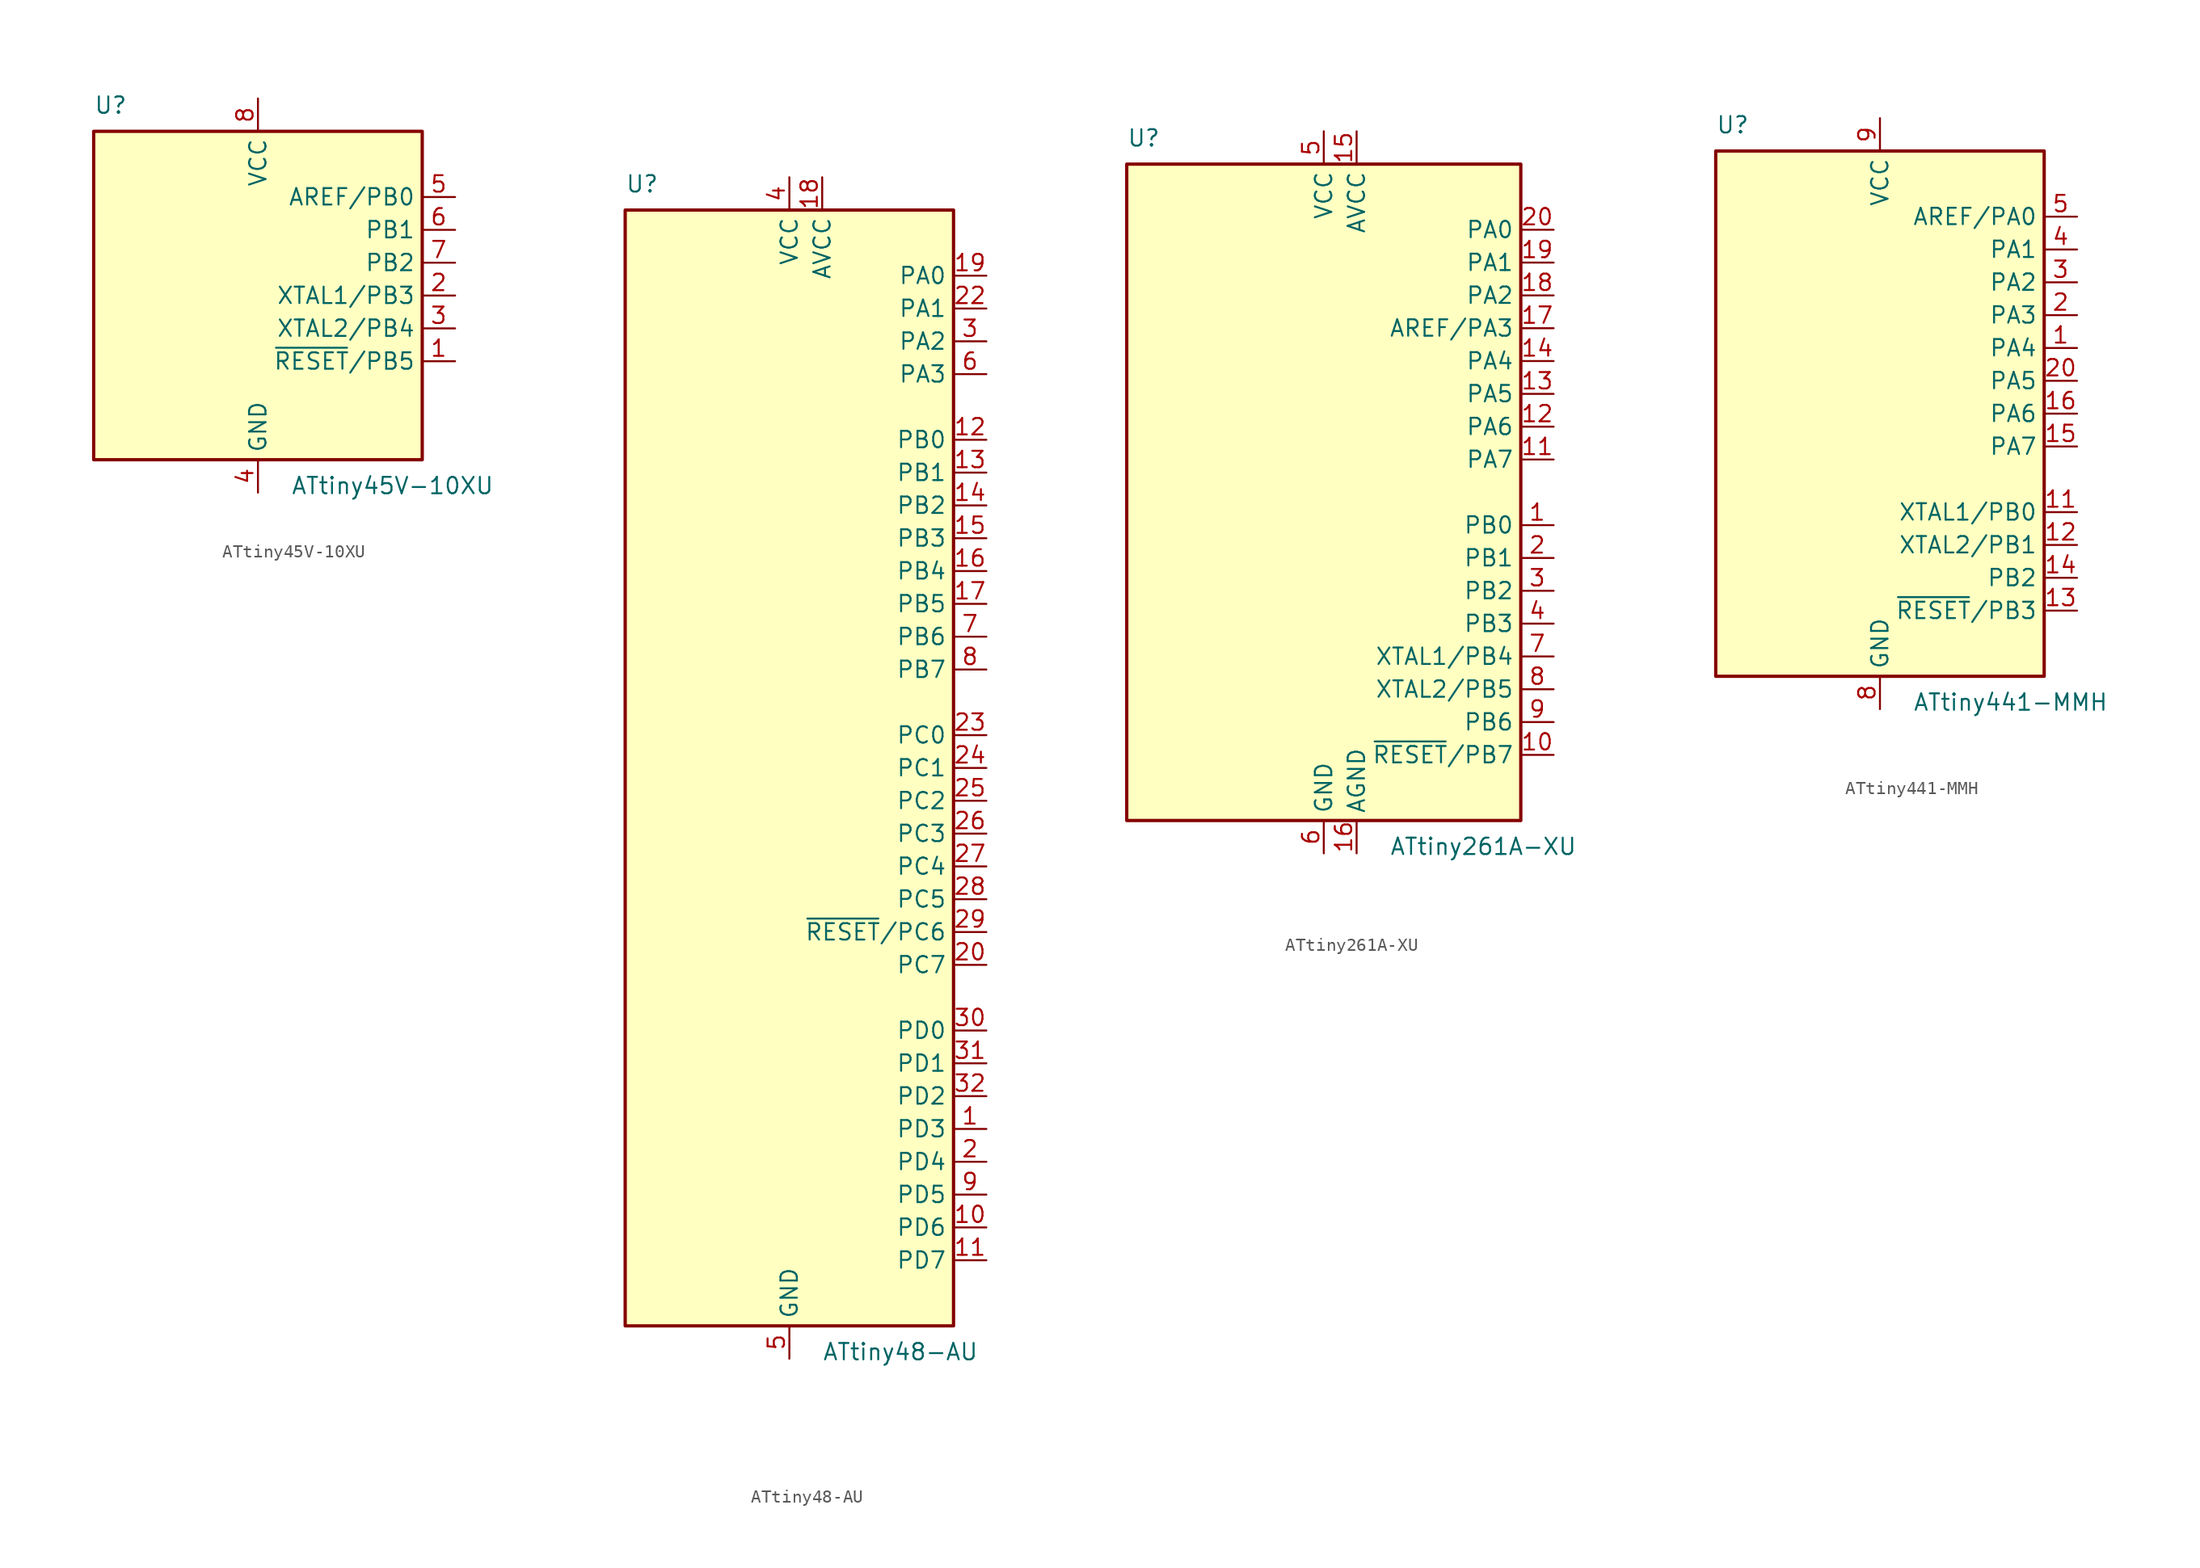
<source format=kicad_sym>
(kicad_symbol_lib
  (version 20211014)
  (generator kicad_symbol_editor)
  (symbol "ATtiny45V-10XU"
    (property "Reference" "U"
      (at -12.7 13.97 0)
      (effects (font (size 1.27 1.27)) (justify left bottom)))
    (property "Value" "ATtiny45V-10XU"
      (at 2.54 -13.97 0)
      (effects (font (size 1.27 1.27)) (justify left top)))
    (symbol "ATtiny45V-10XU_0_1"
      (rectangle (start -12.7 -12.7) (end 12.7 12.7) (stroke (width 0.254) (type default) (color 0 0 0 0)) (fill (type background))))
    (symbol "ATtiny45V-10XU_1_1"
      (pin bidirectional line (at 15.24 -5.08 180) (length 2.54) (name "~{RESET}/PB5" (effects (font (size 1.27 1.27)))) (number "1" (effects (font (size 1.27 1.27)))))
      (pin bidirectional line (at 15.24 0 180) (length 2.54) (name "XTAL1/PB3" (effects (font (size 1.27 1.27)))) (number "2" (effects (font (size 1.27 1.27)))))
      (pin bidirectional line (at 15.24 -2.54 180) (length 2.54) (name "XTAL2/PB4" (effects (font (size 1.27 1.27)))) (number "3" (effects (font (size 1.27 1.27)))))
      (pin power_in line (at 0 -15.24 90) (length 2.54) (name "GND" (effects (font (size 1.27 1.27)))) (number "4" (effects (font (size 1.27 1.27)))))
      (pin bidirectional line (at 15.24 7.62 180) (length 2.54) (name "AREF/PB0" (effects (font (size 1.27 1.27)))) (number "5" (effects (font (size 1.27 1.27)))))
      (pin bidirectional line (at 15.24 5.08 180) (length 2.54) (name "PB1" (effects (font (size 1.27 1.27)))) (number "6" (effects (font (size 1.27 1.27)))))
      (pin bidirectional line (at 15.24 2.54 180) (length 2.54) (name "PB2" (effects (font (size 1.27 1.27)))) (number "7" (effects (font (size 1.27 1.27)))))
      (pin power_in line (at 0 15.24 270) (length 2.54) (name "VCC" (effects (font (size 1.27 1.27)))) (number "8" (effects (font (size 1.27 1.27)))))))
  (symbol "ATtiny48-AU"
    (property "Reference" "U"
      (at -12.7 44.45 0)
      (effects (font (size 1.27 1.27)) (justify left bottom)))
    (property "Value" "ATtiny48-AU"
      (at 2.54 -44.45 0)
      (effects (font (size 1.27 1.27)) (justify left top)))
    (symbol "ATtiny48-AU_0_1"
      (rectangle (start -12.7 -43.18) (end 12.7 43.18) (stroke (width 0.254) (type default) (color 0 0 0 0)) (fill (type background))))
    (symbol "ATtiny48-AU_1_1"
      (pin bidirectional line (at 15.24 -27.94 180) (length 2.54) (name "PD3" (effects (font (size 1.27 1.27)))) (number "1" (effects (font (size 1.27 1.27)))))
      (pin bidirectional line (at 15.24 -35.56 180) (length 2.54) (name "PD6" (effects (font (size 1.27 1.27)))) (number "10" (effects (font (size 1.27 1.27)))))
      (pin bidirectional line (at 15.24 -38.1 180) (length 2.54) (name "PD7" (effects (font (size 1.27 1.27)))) (number "11" (effects (font (size 1.27 1.27)))))
      (pin bidirectional line (at 15.24 25.4 180) (length 2.54) (name "PB0" (effects (font (size 1.27 1.27)))) (number "12" (effects (font (size 1.27 1.27)))))
      (pin bidirectional line (at 15.24 22.86 180) (length 2.54) (name "PB1" (effects (font (size 1.27 1.27)))) (number "13" (effects (font (size 1.27 1.27)))))
      (pin bidirectional line (at 15.24 20.32 180) (length 2.54) (name "PB2" (effects (font (size 1.27 1.27)))) (number "14" (effects (font (size 1.27 1.27)))))
      (pin bidirectional line (at 15.24 17.78 180) (length 2.54) (name "PB3" (effects (font (size 1.27 1.27)))) (number "15" (effects (font (size 1.27 1.27)))))
      (pin bidirectional line (at 15.24 15.24 180) (length 2.54) (name "PB4" (effects (font (size 1.27 1.27)))) (number "16" (effects (font (size 1.27 1.27)))))
      (pin bidirectional line (at 15.24 12.7 180) (length 2.54) (name "PB5" (effects (font (size 1.27 1.27)))) (number "17" (effects (font (size 1.27 1.27)))))
      (pin power_in line (at 2.54 45.72 270) (length 2.54) (name "AVCC" (effects (font (size 1.27 1.27)))) (number "18" (effects (font (size 1.27 1.27)))))
      (pin bidirectional line (at 15.24 38.1 180) (length 2.54) (name "PA0" (effects (font (size 1.27 1.27)))) (number "19" (effects (font (size 1.27 1.27)))))
      (pin bidirectional line (at 15.24 -30.48 180) (length 2.54) (name "PD4" (effects (font (size 1.27 1.27)))) (number "2" (effects (font (size 1.27 1.27)))))
      (pin bidirectional line (at 15.24 -15.24 180) (length 2.54) (name "PC7" (effects (font (size 1.27 1.27)))) (number "20" (effects (font (size 1.27 1.27)))))
      (pin passive line (at 0 -45.72 90) (length 2.54) hide (name "GND" (effects (font (size 1.27 1.27)))) (number "21" (effects (font (size 1.27 1.27)))))
      (pin bidirectional line (at 15.24 35.56 180) (length 2.54) (name "PA1" (effects (font (size 1.27 1.27)))) (number "22" (effects (font (size 1.27 1.27)))))
      (pin bidirectional line (at 15.24 2.54 180) (length 2.54) (name "PC0" (effects (font (size 1.27 1.27)))) (number "23" (effects (font (size 1.27 1.27)))))
      (pin bidirectional line (at 15.24 0 180) (length 2.54) (name "PC1" (effects (font (size 1.27 1.27)))) (number "24" (effects (font (size 1.27 1.27)))))
      (pin bidirectional line (at 15.24 -2.54 180) (length 2.54) (name "PC2" (effects (font (size 1.27 1.27)))) (number "25" (effects (font (size 1.27 1.27)))))
      (pin bidirectional line (at 15.24 -5.08 180) (length 2.54) (name "PC3" (effects (font (size 1.27 1.27)))) (number "26" (effects (font (size 1.27 1.27)))))
      (pin bidirectional line (at 15.24 -7.62 180) (length 2.54) (name "PC4" (effects (font (size 1.27 1.27)))) (number "27" (effects (font (size 1.27 1.27)))))
      (pin bidirectional line (at 15.24 -10.16 180) (length 2.54) (name "PC5" (effects (font (size 1.27 1.27)))) (number "28" (effects (font (size 1.27 1.27)))))
      (pin bidirectional line (at 15.24 -12.7 180) (length 2.54) (name "~{RESET}/PC6" (effects (font (size 1.27 1.27)))) (number "29" (effects (font (size 1.27 1.27)))))
      (pin bidirectional line (at 15.24 33.02 180) (length 2.54) (name "PA2" (effects (font (size 1.27 1.27)))) (number "3" (effects (font (size 1.27 1.27)))))
      (pin bidirectional line (at 15.24 -20.32 180) (length 2.54) (name "PD0" (effects (font (size 1.27 1.27)))) (number "30" (effects (font (size 1.27 1.27)))))
      (pin bidirectional line (at 15.24 -22.86 180) (length 2.54) (name "PD1" (effects (font (size 1.27 1.27)))) (number "31" (effects (font (size 1.27 1.27)))))
      (pin bidirectional line (at 15.24 -25.4 180) (length 2.54) (name "PD2" (effects (font (size 1.27 1.27)))) (number "32" (effects (font (size 1.27 1.27)))))
      (pin power_in line (at 0 45.72 270) (length 2.54) (name "VCC" (effects (font (size 1.27 1.27)))) (number "4" (effects (font (size 1.27 1.27)))))
      (pin power_in line (at 0 -45.72 90) (length 2.54) (name "GND" (effects (font (size 1.27 1.27)))) (number "5" (effects (font (size 1.27 1.27)))))
      (pin bidirectional line (at 15.24 30.48 180) (length 2.54) (name "PA3" (effects (font (size 1.27 1.27)))) (number "6" (effects (font (size 1.27 1.27)))))
      (pin bidirectional line (at 15.24 10.16 180) (length 2.54) (name "PB6" (effects (font (size 1.27 1.27)))) (number "7" (effects (font (size 1.27 1.27)))))
      (pin bidirectional line (at 15.24 7.62 180) (length 2.54) (name "PB7" (effects (font (size 1.27 1.27)))) (number "8" (effects (font (size 1.27 1.27)))))
      (pin bidirectional line (at 15.24 -33.02 180) (length 2.54) (name "PD5" (effects (font (size 1.27 1.27)))) (number "9" (effects (font (size 1.27 1.27)))))))
  (symbol "ATtiny261A-XU"
    (property "Reference" "U"
      (at -15.24 26.67 0)
      (effects (font (size 1.27 1.27)) (justify left bottom)))
    (property "Value" "ATtiny261A-XU"
      (at 5.08 -26.67 0)
      (effects (font (size 1.27 1.27)) (justify left top)))
    (symbol "ATtiny261A-XU_0_1"
      (rectangle (start -15.24 -25.4) (end 15.24 25.4) (stroke (width 0.254) (type default) (color 0 0 0 0)) (fill (type background))))
    (symbol "ATtiny261A-XU_1_1"
      (pin bidirectional line (at 17.78 -2.54 180) (length 2.54) (name "PB0" (effects (font (size 1.27 1.27)))) (number "1" (effects (font (size 1.27 1.27)))))
      (pin bidirectional line (at 17.78 -20.32 180) (length 2.54) (name "~{RESET}/PB7" (effects (font (size 1.27 1.27)))) (number "10" (effects (font (size 1.27 1.27)))))
      (pin bidirectional line (at 17.78 2.54 180) (length 2.54) (name "PA7" (effects (font (size 1.27 1.27)))) (number "11" (effects (font (size 1.27 1.27)))))
      (pin bidirectional line (at 17.78 5.08 180) (length 2.54) (name "PA6" (effects (font (size 1.27 1.27)))) (number "12" (effects (font (size 1.27 1.27)))))
      (pin bidirectional line (at 17.78 7.62 180) (length 2.54) (name "PA5" (effects (font (size 1.27 1.27)))) (number "13" (effects (font (size 1.27 1.27)))))
      (pin bidirectional line (at 17.78 10.16 180) (length 2.54) (name "PA4" (effects (font (size 1.27 1.27)))) (number "14" (effects (font (size 1.27 1.27)))))
      (pin power_in line (at 2.54 27.94 270) (length 2.54) (name "AVCC" (effects (font (size 1.27 1.27)))) (number "15" (effects (font (size 1.27 1.27)))))
      (pin power_in line (at 2.54 -27.94 90) (length 2.54) (name "AGND" (effects (font (size 1.27 1.27)))) (number "16" (effects (font (size 1.27 1.27)))))
      (pin bidirectional line (at 17.78 12.7 180) (length 2.54) (name "AREF/PA3" (effects (font (size 1.27 1.27)))) (number "17" (effects (font (size 1.27 1.27)))))
      (pin bidirectional line (at 17.78 15.24 180) (length 2.54) (name "PA2" (effects (font (size 1.27 1.27)))) (number "18" (effects (font (size 1.27 1.27)))))
      (pin bidirectional line (at 17.78 17.78 180) (length 2.54) (name "PA1" (effects (font (size 1.27 1.27)))) (number "19" (effects (font (size 1.27 1.27)))))
      (pin bidirectional line (at 17.78 -5.08 180) (length 2.54) (name "PB1" (effects (font (size 1.27 1.27)))) (number "2" (effects (font (size 1.27 1.27)))))
      (pin bidirectional line (at 17.78 20.32 180) (length 2.54) (name "PA0" (effects (font (size 1.27 1.27)))) (number "20" (effects (font (size 1.27 1.27)))))
      (pin bidirectional line (at 17.78 -7.62 180) (length 2.54) (name "PB2" (effects (font (size 1.27 1.27)))) (number "3" (effects (font (size 1.27 1.27)))))
      (pin bidirectional line (at 17.78 -10.16 180) (length 2.54) (name "PB3" (effects (font (size 1.27 1.27)))) (number "4" (effects (font (size 1.27 1.27)))))
      (pin power_in line (at 0 27.94 270) (length 2.54) (name "VCC" (effects (font (size 1.27 1.27)))) (number "5" (effects (font (size 1.27 1.27)))))
      (pin power_in line (at 0 -27.94 90) (length 2.54) (name "GND" (effects (font (size 1.27 1.27)))) (number "6" (effects (font (size 1.27 1.27)))))
      (pin bidirectional line (at 17.78 -12.7 180) (length 2.54) (name "XTAL1/PB4" (effects (font (size 1.27 1.27)))) (number "7" (effects (font (size 1.27 1.27)))))
      (pin bidirectional line (at 17.78 -15.24 180) (length 2.54) (name "XTAL2/PB5" (effects (font (size 1.27 1.27)))) (number "8" (effects (font (size 1.27 1.27)))))
      (pin bidirectional line (at 17.78 -17.78 180) (length 2.54) (name "PB6" (effects (font (size 1.27 1.27)))) (number "9" (effects (font (size 1.27 1.27)))))))
  (symbol "ATtiny441-MMH"
    (property "Reference" "U"
      (at -12.7 21.59 0)
      (effects (font (size 1.27 1.27)) (justify left bottom)))
    (property "Value" "ATtiny441-MMH"
      (at 2.54 -21.59 0)
      (effects (font (size 1.27 1.27)) (justify left top)))
    (symbol "ATtiny441-MMH_0_1"
      (rectangle (start -12.7 -20.32) (end 12.7 20.32) (stroke (width 0.254) (type default) (color 0 0 0 0)) (fill (type background))))
    (symbol "ATtiny441-MMH_1_1"
      (pin bidirectional line (at 15.24 5.08 180) (length 2.54) (name "PA4" (effects (font (size 1.27 1.27)))) (number "1" (effects (font (size 1.27 1.27)))))
      (pin no_connect line (at -12.7 -10.16 0) (length 2.54) hide (name "NC" (effects (font (size 1.27 1.27)))) (number "10" (effects (font (size 1.27 1.27)))))
      (pin bidirectional line (at 15.24 -7.62 180) (length 2.54) (name "XTAL1/PB0" (effects (font (size 1.27 1.27)))) (number "11" (effects (font (size 1.27 1.27)))))
      (pin bidirectional line (at 15.24 -10.16 180) (length 2.54) (name "XTAL2/PB1" (effects (font (size 1.27 1.27)))) (number "12" (effects (font (size 1.27 1.27)))))
      (pin bidirectional line (at 15.24 -15.24 180) (length 2.54) (name "~{RESET}/PB3" (effects (font (size 1.27 1.27)))) (number "13" (effects (font (size 1.27 1.27)))))
      (pin bidirectional line (at 15.24 -12.7 180) (length 2.54) (name "PB2" (effects (font (size 1.27 1.27)))) (number "14" (effects (font (size 1.27 1.27)))))
      (pin bidirectional line (at 15.24 -2.54 180) (length 2.54) (name "PA7" (effects (font (size 1.27 1.27)))) (number "15" (effects (font (size 1.27 1.27)))))
      (pin bidirectional line (at 15.24 0 180) (length 2.54) (name "PA6" (effects (font (size 1.27 1.27)))) (number "16" (effects (font (size 1.27 1.27)))))
      (pin no_connect line (at -12.7 -12.7 0) (length 2.54) hide (name "NC" (effects (font (size 1.27 1.27)))) (number "17" (effects (font (size 1.27 1.27)))))
      (pin no_connect line (at -12.7 -15.24 0) (length 2.54) hide (name "NC" (effects (font (size 1.27 1.27)))) (number "18" (effects (font (size 1.27 1.27)))))
      (pin no_connect line (at -12.7 -17.78 0) (length 2.54) hide (name "NC" (effects (font (size 1.27 1.27)))) (number "19" (effects (font (size 1.27 1.27)))))
      (pin bidirectional line (at 15.24 7.62 180) (length 2.54) (name "PA3" (effects (font (size 1.27 1.27)))) (number "2" (effects (font (size 1.27 1.27)))))
      (pin bidirectional line (at 15.24 2.54 180) (length 2.54) (name "PA5" (effects (font (size 1.27 1.27)))) (number "20" (effects (font (size 1.27 1.27)))))
      (pin passive line (at 0 -22.86 90) (length 2.54) hide (name "GND" (effects (font (size 1.27 1.27)))) (number "21" (effects (font (size 1.27 1.27)))))
      (pin bidirectional line (at 15.24 10.16 180) (length 2.54) (name "PA2" (effects (font (size 1.27 1.27)))) (number "3" (effects (font (size 1.27 1.27)))))
      (pin bidirectional line (at 15.24 12.7 180) (length 2.54) (name "PA1" (effects (font (size 1.27 1.27)))) (number "4" (effects (font (size 1.27 1.27)))))
      (pin bidirectional line (at 15.24 15.24 180) (length 2.54) (name "AREF/PA0" (effects (font (size 1.27 1.27)))) (number "5" (effects (font (size 1.27 1.27)))))
      (pin no_connect line (at -12.7 -5.08 0) (length 2.54) hide (name "NC" (effects (font (size 1.27 1.27)))) (number "6" (effects (font (size 1.27 1.27)))))
      (pin no_connect line (at -12.7 -7.62 0) (length 2.54) hide (name "NC" (effects (font (size 1.27 1.27)))) (number "7" (effects (font (size 1.27 1.27)))))
      (pin power_in line (at 0 -22.86 90) (length 2.54) (name "GND" (effects (font (size 1.27 1.27)))) (number "8" (effects (font (size 1.27 1.27)))))
      (pin power_in line (at 0 22.86 270) (length 2.54) (name "VCC" (effects (font (size 1.27 1.27)))) (number "9" (effects (font (size 1.27 1.27))))))))
</source>
